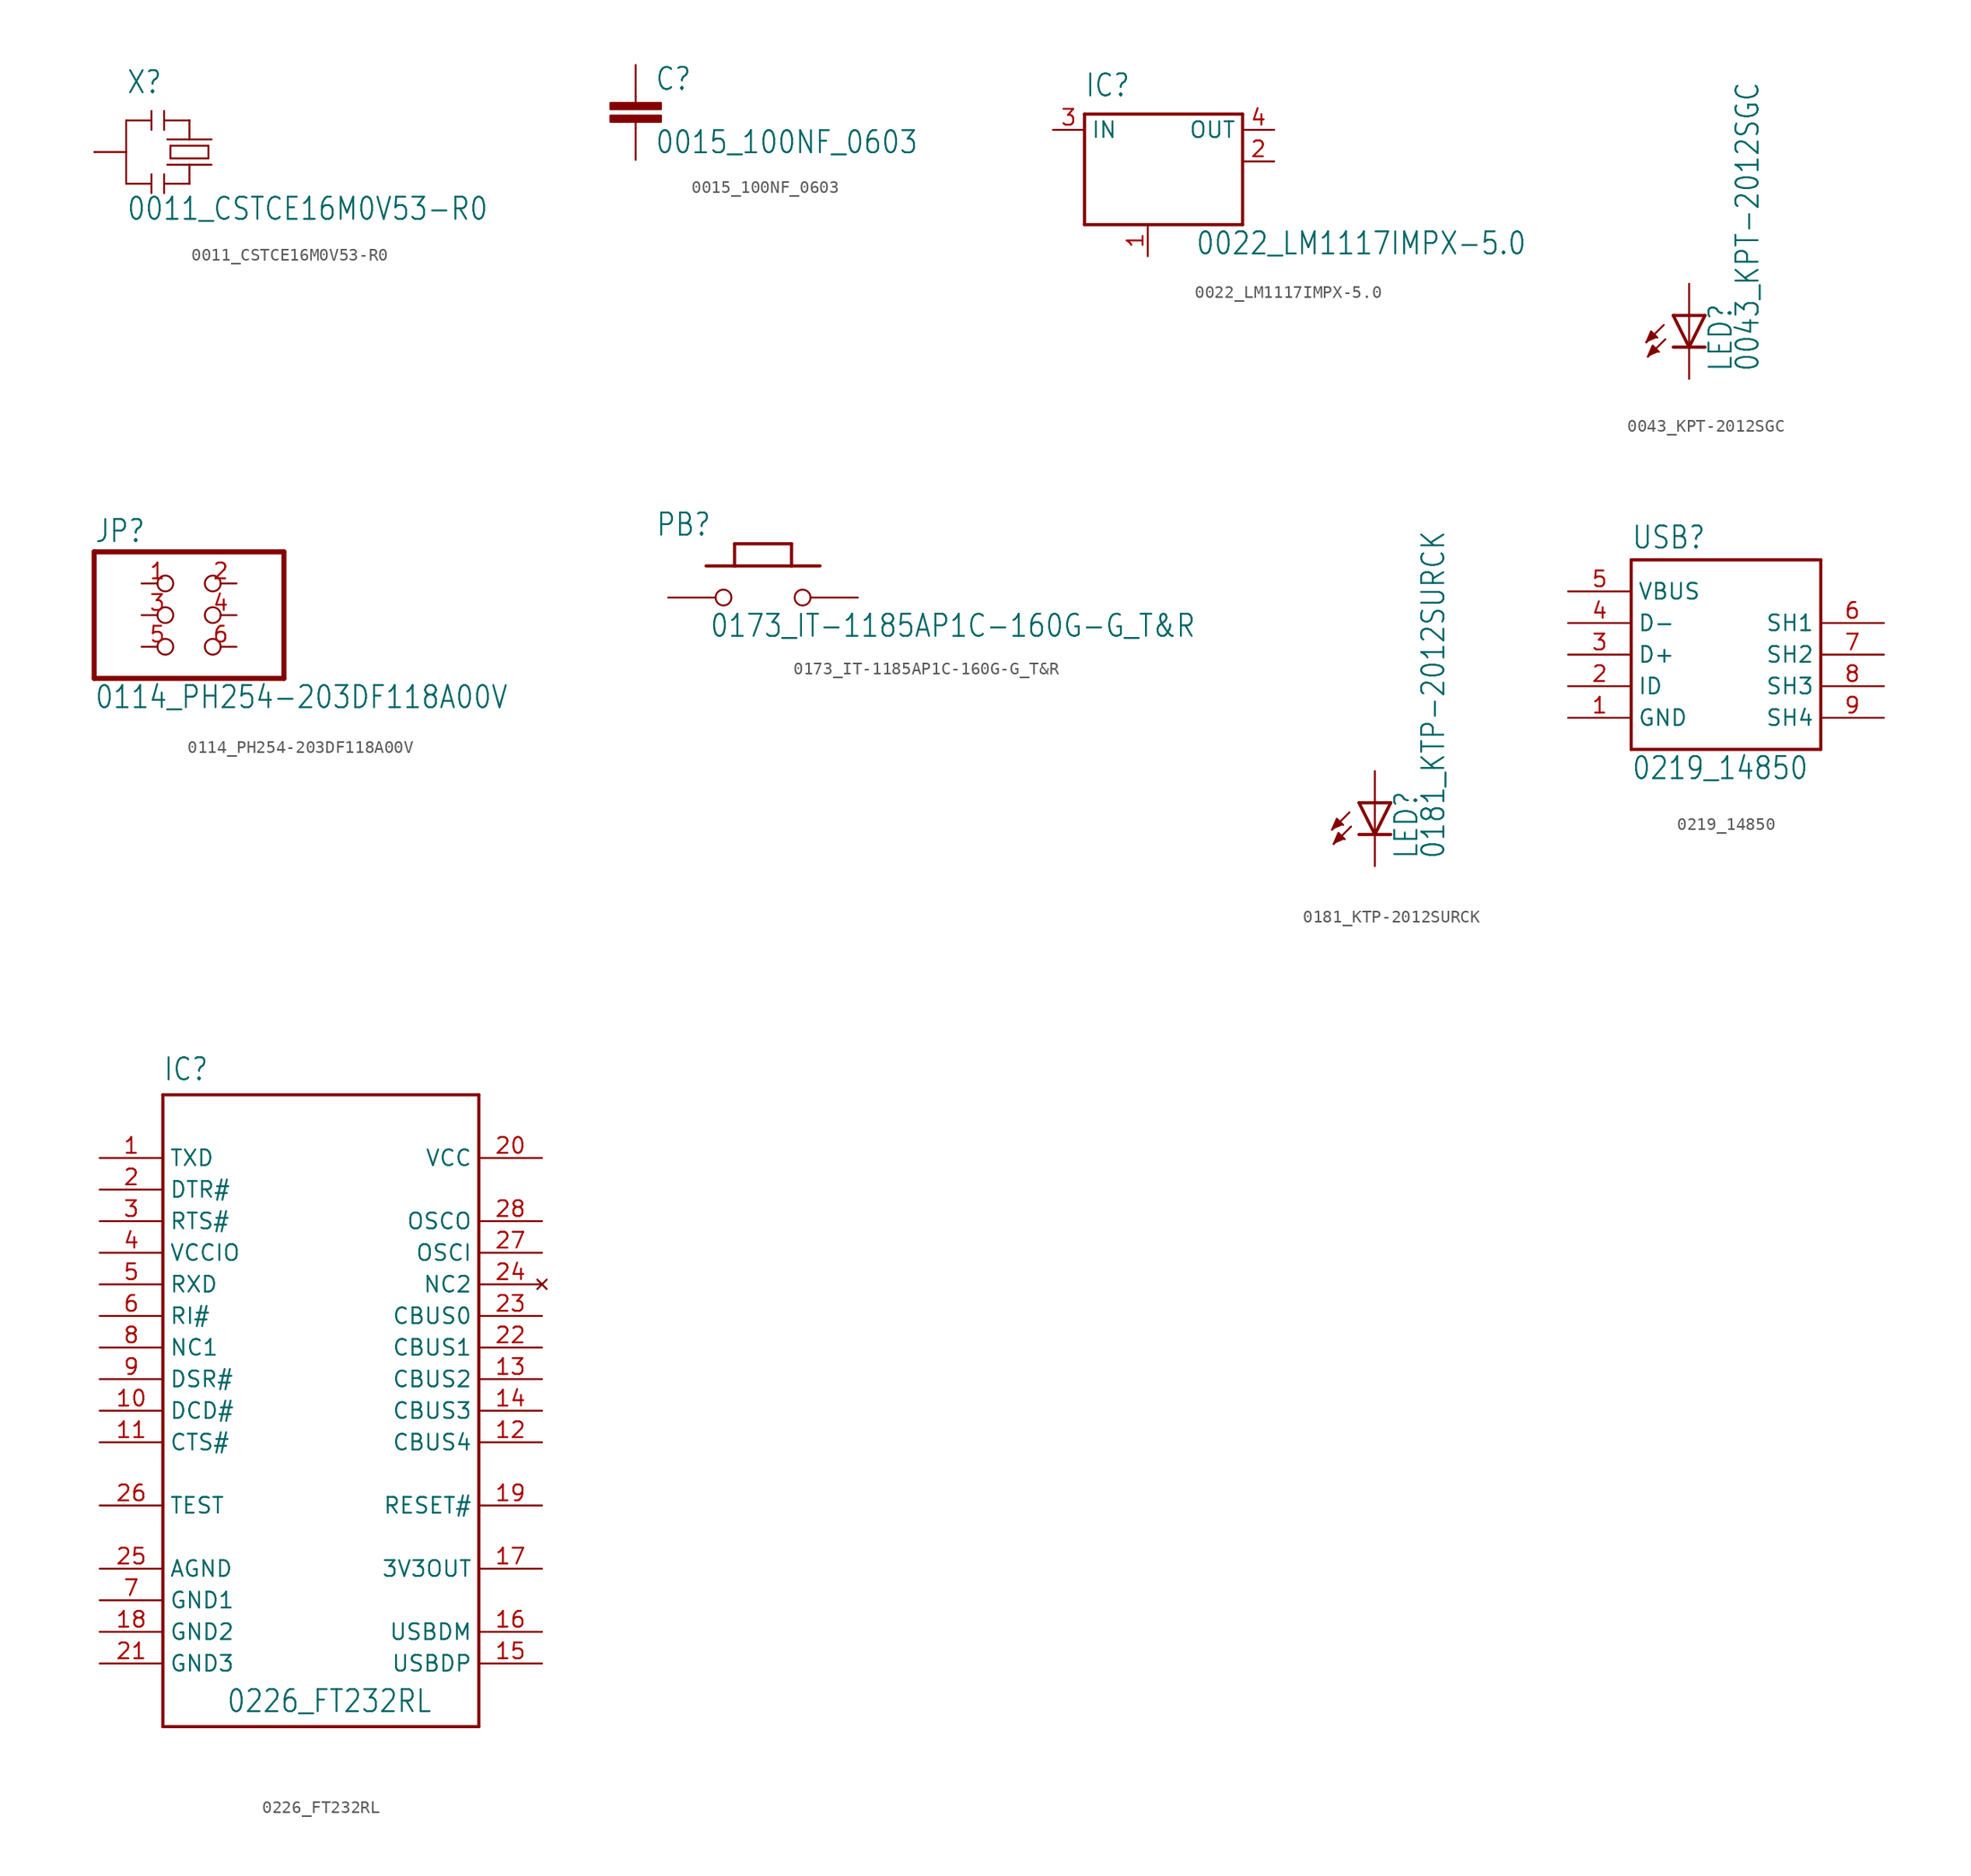
<source format=kicad_sym>
(kicad_symbol_lib
  (version 20211014)
  (generator kicad_symbol_editor)
  (symbol "0011_CSTCE16M0V53-R0"
    (property "Reference" "X"
      (at -5.08 4.572 0)
      (effects (font (size 1.778 1.511)) (justify left bottom)))
    (property "Value" "0011_CSTCE16M0V53-R0"
      (at -5.08 -5.588 0)
      (effects (font (size 1.778 1.511)) (justify left bottom)))
    (property "ki_locked" ""
      (at 0 0 0)
      (effects (font (size 1.27 1.27))))
    (symbol "0011_CSTCE16M0V53-R0_1_0"
      (polyline (pts (xy -5.08 -2.54) (xy -3.048 -2.54)) (stroke (width 0.152) (type default) (color 0 0 0 0)) (fill (type none)))
      (polyline (pts (xy -5.08 0) (xy -7.62 0)) (stroke (width 0.152) (type default) (color 0 0 0 0)) (fill (type none)))
      (polyline (pts (xy -5.08 0) (xy -5.08 -2.54)) (stroke (width 0.152) (type default) (color 0 0 0 0)) (fill (type none)))
      (polyline (pts (xy -5.08 2.54) (xy -5.08 0)) (stroke (width 0.152) (type default) (color 0 0 0 0)) (fill (type none)))
      (polyline (pts (xy -3.048 -2.54) (xy -3.048 -3.302)) (stroke (width 0.152) (type default) (color 0 0 0 0)) (fill (type none)))
      (polyline (pts (xy -3.048 -1.778) (xy -3.048 -2.54)) (stroke (width 0.152) (type default) (color 0 0 0 0)) (fill (type none)))
      (polyline (pts (xy -3.048 2.54) (xy -5.08 2.54)) (stroke (width 0.152) (type default) (color 0 0 0 0)) (fill (type none)))
      (polyline (pts (xy -3.048 2.54) (xy -3.048 1.778)) (stroke (width 0.152) (type default) (color 0 0 0 0)) (fill (type none)))
      (polyline (pts (xy -3.048 3.302) (xy -3.048 2.54)) (stroke (width 0.152) (type default) (color 0 0 0 0)) (fill (type none)))
      (polyline (pts (xy -2.032 -1.778) (xy -2.032 -3.302)) (stroke (width 0.152) (type default) (color 0 0 0 0)) (fill (type none)))
      (polyline (pts (xy -2.032 3.302) (xy -2.032 1.778)) (stroke (width 0.152) (type default) (color 0 0 0 0)) (fill (type none)))
      (polyline (pts (xy -1.778 -1.016) (xy 0 -1.016)) (stroke (width 0.152) (type default) (color 0 0 0 0)) (fill (type none)))
      (polyline (pts (xy -1.778 1.016) (xy 0 1.016)) (stroke (width 0.152) (type default) (color 0 0 0 0)) (fill (type none)))
      (polyline (pts (xy -1.524 -0.508) (xy 1.524 -0.508)) (stroke (width 0.152) (type default) (color 0 0 0 0)) (fill (type none)))
      (polyline (pts (xy -1.524 0.508) (xy -1.524 -0.508)) (stroke (width 0.152) (type default) (color 0 0 0 0)) (fill (type none)))
      (polyline (pts (xy 0 -2.54) (xy -2.032 -2.54)) (stroke (width 0.152) (type default) (color 0 0 0 0)) (fill (type none)))
      (polyline (pts (xy 0 -1.016) (xy 0 -2.54)) (stroke (width 0.152) (type default) (color 0 0 0 0)) (fill (type none)))
      (polyline (pts (xy 0 -1.016) (xy 1.778 -1.016)) (stroke (width 0.152) (type default) (color 0 0 0 0)) (fill (type none)))
      (polyline (pts (xy 0 1.016) (xy 0 2.54)) (stroke (width 0.152) (type default) (color 0 0 0 0)) (fill (type none)))
      (polyline (pts (xy 0 1.016) (xy 1.778 1.016)) (stroke (width 0.152) (type default) (color 0 0 0 0)) (fill (type none)))
      (polyline (pts (xy 0 2.54) (xy -2.032 2.54)) (stroke (width 0.152) (type default) (color 0 0 0 0)) (fill (type none)))
      (polyline (pts (xy 1.524 -0.508) (xy 1.524 0.508)) (stroke (width 0.152) (type default) (color 0 0 0 0)) (fill (type none)))
      (polyline (pts (xy 1.524 0.508) (xy -1.524 0.508)) (stroke (width 0.152) (type default) (color 0 0 0 0)) (fill (type none)))
      (pin passive line (at 0 2.54 180) (length 0) (name "1" (effects (font (size 0 0)))) (number "1" (effects (font (size 0 0)))))
      (pin passive line (at -7.62 0 0) (length 0) (name "2" (effects (font (size 0 0)))) (number "2" (effects (font (size 0 0)))))
      (pin passive line (at 0 -2.54 180) (length 0) (name "3" (effects (font (size 0 0)))) (number "3" (effects (font (size 0 0)))))))
  (symbol "0015_100NF_0603"
    (property "Reference" "C"
      (at 1.524 0.381 0)
      (effects (font (size 1.778 1.511)) (justify left bottom)))
    (property "Value" "0015_100NF_0603"
      (at 1.524 -4.699 0)
      (effects (font (size 1.778 1.511)) (justify left bottom)))
    (property "ki_locked" ""
      (at 0 0 0)
      (effects (font (size 1.27 1.27))))
    (symbol "0015_100NF_0603_1_0"
      (rectangle (start -2.032 -2.032) (end 2.032 -1.524) (stroke (width 0) (type default) (color 0 0 0 0)) (fill (type outline)))
      (rectangle (start -2.032 -1.016) (end 2.032 -0.508) (stroke (width 0) (type default) (color 0 0 0 0)) (fill (type outline)))
      (polyline (pts (xy 0 -2.54) (xy 0 -2.032)) (stroke (width 0.152) (type default) (color 0 0 0 0)) (fill (type none)))
      (polyline (pts (xy 0 0) (xy 0 -0.508)) (stroke (width 0.152) (type default) (color 0 0 0 0)) (fill (type none)))
      (pin passive line (at 0 2.54 270) (length 2.54) (name "1" (effects (font (size 0 0)))) (number "1" (effects (font (size 0 0)))))
      (pin passive line (at 0 -5.08 90) (length 2.54) (name "2" (effects (font (size 0 0)))) (number "2" (effects (font (size 0 0)))))))
  (symbol "0022_LM1117IMPX-5.0"
    (property "Reference" "IC"
      (at -5.08 7.62 0)
      (effects (font (size 1.778 1.511)) (justify left bottom)))
    (property "Value" "0022_LM1117IMPX-5.0"
      (at 3.81 -5.08 0)
      (effects (font (size 1.778 1.511)) (justify left bottom)))
    (property "ki_locked" ""
      (at 0 0 0)
      (effects (font (size 1.27 1.27))))
    (symbol "0022_LM1117IMPX-5.0_1_0"
      (polyline (pts (xy -5.08 -2.54) (xy -5.08 6.35)) (stroke (width 0.254) (type default) (color 0 0 0 0)) (fill (type none)))
      (polyline (pts (xy -5.08 6.35) (xy 7.62 6.35)) (stroke (width 0.254) (type default) (color 0 0 0 0)) (fill (type none)))
      (polyline (pts (xy 7.62 -2.54) (xy -5.08 -2.54)) (stroke (width 0.254) (type default) (color 0 0 0 0)) (fill (type none)))
      (polyline (pts (xy 7.62 6.35) (xy 7.62 -2.54)) (stroke (width 0.254) (type default) (color 0 0 0 0)) (fill (type none)))
      (pin input line (at 0 -5.08 90) (length 2.54) (name "GND/ADJ" (effects (font (size 0 0)))) (number "1" (effects (font (size 1.27 1.27)))))
      (pin passive line (at 10.16 2.54 180) (length 2.54) (name "OUT@1" (effects (font (size 0 0)))) (number "2" (effects (font (size 1.27 1.27)))))
      (pin input line (at -7.62 5.08 0) (length 2.54) (name "IN" (effects (font (size 1.27 1.27)))) (number "3" (effects (font (size 1.27 1.27)))))
      (pin passive line (at 10.16 5.08 180) (length 2.54) (name "OUT" (effects (font (size 1.27 1.27)))) (number "4" (effects (font (size 1.27 1.27)))))))
  (symbol "0043_KPT-2012SGC"
    (property "Reference" "LED"
      (at 3.556 -4.572 90)
      (effects (font (size 1.778 1.511)) (justify left bottom)))
    (property "Value" "0043_KPT-2012SGC"
      (at 5.715 -4.572 90)
      (effects (font (size 1.778 1.511)) (justify left bottom)))
    (property "ki_locked" ""
      (at 0 0 0)
      (effects (font (size 1.27 1.27))))
    (symbol "0043_KPT-2012SGC_1_0"
      (polyline (pts (xy -2.032 -0.762) (xy -3.429 -2.159)) (stroke (width 0.152) (type default) (color 0 0 0 0)) (fill (type none)))
      (polyline (pts (xy -1.905 -1.905) (xy -3.302 -3.302)) (stroke (width 0.152) (type default) (color 0 0 0 0)) (fill (type none)))
      (polyline (pts (xy 0 -2.54) (xy -1.27 -2.54)) (stroke (width 0.254) (type default) (color 0 0 0 0)) (fill (type none)))
      (polyline (pts (xy 0 -2.54) (xy -1.27 0)) (stroke (width 0.254) (type default) (color 0 0 0 0)) (fill (type none)))
      (polyline (pts (xy 0 0) (xy -1.27 0)) (stroke (width 0.254) (type default) (color 0 0 0 0)) (fill (type none)))
      (polyline (pts (xy 0 0) (xy 0 -2.54)) (stroke (width 0.152) (type default) (color 0 0 0 0)) (fill (type none)))
      (polyline (pts (xy 1.27 -2.54) (xy 0 -2.54)) (stroke (width 0.254) (type default) (color 0 0 0 0)) (fill (type none)))
      (polyline (pts (xy 1.27 0) (xy 0 -2.54)) (stroke (width 0.254) (type default) (color 0 0 0 0)) (fill (type none)))
      (polyline (pts (xy 1.27 0) (xy 0 0)) (stroke (width 0.254) (type default) (color 0 0 0 0)) (fill (type none)))
      (polyline (pts (xy -3.429 -2.159) (xy -3.048 -1.27) (xy -2.54 -1.778)) (stroke (width 0) (type default) (color 0 0 0 0)) (fill (type outline)))
      (polyline (pts (xy -3.302 -3.302) (xy -2.921 -2.413) (xy -2.413 -2.921)) (stroke (width 0) (type default) (color 0 0 0 0)) (fill (type outline)))
      (pin passive line (at 0 2.54 270) (length 2.54) (name "A" (effects (font (size 0 0)))) (number "A" (effects (font (size 0 0)))))
      (pin passive line (at 0 -5.08 90) (length 2.54) (name "C" (effects (font (size 0 0)))) (number "C" (effects (font (size 0 0)))))))
  (symbol "0114_PH254-203DF118A00V"
    (property "Reference" "JP"
      (at -6.35 5.715 0)
      (effects (font (size 1.778 1.511)) (justify left bottom)))
    (property "Value" "0114_PH254-203DF118A00V"
      (at -6.35 -7.62 0)
      (effects (font (size 1.778 1.511)) (justify left bottom)))
    (property "ki_locked" ""
      (at 0 0 0)
      (effects (font (size 1.27 1.27))))
    (symbol "0114_PH254-203DF118A00V_1_0"
      (polyline (pts (xy -6.35 -5.08) (xy 8.89 -5.08)) (stroke (width 0.406) (type default) (color 0 0 0 0)) (fill (type none)))
      (polyline (pts (xy -6.35 5.08) (xy -6.35 -5.08)) (stroke (width 0.406) (type default) (color 0 0 0 0)) (fill (type none)))
      (polyline (pts (xy 8.89 -5.08) (xy 8.89 5.08)) (stroke (width 0.406) (type default) (color 0 0 0 0)) (fill (type none)))
      (polyline (pts (xy 8.89 5.08) (xy -6.35 5.08)) (stroke (width 0.406) (type default) (color 0 0 0 0)) (fill (type none)))
      (pin passive inverted (at -2.54 2.54 0) (length 2.54) (name "1" (effects (font (size 0 0)))) (number "1" (effects (font (size 1.27 1.27)))))
      (pin passive inverted (at 5.08 2.54 180) (length 2.54) (name "2" (effects (font (size 0 0)))) (number "2" (effects (font (size 1.27 1.27)))))
      (pin passive inverted (at -2.54 0 0) (length 2.54) (name "3" (effects (font (size 0 0)))) (number "3" (effects (font (size 1.27 1.27)))))
      (pin passive inverted (at 5.08 0 180) (length 2.54) (name "4" (effects (font (size 0 0)))) (number "4" (effects (font (size 1.27 1.27)))))
      (pin passive inverted (at -2.54 -2.54 0) (length 2.54) (name "5" (effects (font (size 0 0)))) (number "5" (effects (font (size 1.27 1.27)))))
      (pin passive inverted (at 5.08 -2.54 180) (length 2.54) (name "6" (effects (font (size 0 0)))) (number "6" (effects (font (size 1.27 1.27)))))))
  (symbol "0173_IT-1185AP1C-160G-G_T&R"
    (property "Reference" "PB"
      (at -8.636 4.826 0)
      (effects (font (size 1.778 1.511)) (justify left bottom)))
    (property "Value" "0173_IT-1185AP1C-160G-G_T&R"
      (at -4.318 -3.302 0)
      (effects (font (size 1.778 1.511)) (justify left bottom)))
    (property "ki_locked" ""
      (at 0 0 0)
      (effects (font (size 1.27 1.27))))
    (symbol "0173_IT-1185AP1C-160G-G_T&R_1_0"
      (polyline (pts (xy -4.572 2.54) (xy -2.286 2.54)) (stroke (width 0.254) (type default) (color 0 0 0 0)) (fill (type none)))
      (polyline (pts (xy -2.286 2.54) (xy -2.286 4.318)) (stroke (width 0.254) (type default) (color 0 0 0 0)) (fill (type none)))
      (polyline (pts (xy -2.286 2.54) (xy 2.286 2.54)) (stroke (width 0.254) (type default) (color 0 0 0 0)) (fill (type none)))
      (polyline (pts (xy -2.286 4.318) (xy 2.286 4.318)) (stroke (width 0.254) (type default) (color 0 0 0 0)) (fill (type none)))
      (polyline (pts (xy 2.286 2.54) (xy 4.572 2.54)) (stroke (width 0.254) (type default) (color 0 0 0 0)) (fill (type none)))
      (polyline (pts (xy 2.286 4.318) (xy 2.286 2.54)) (stroke (width 0.254) (type default) (color 0 0 0 0)) (fill (type none)))
      (pin passive inverted (at -7.62 0 0) (length 5.08) (name "1" (effects (font (size 0 0)))) (number "1" (effects (font (size 0 0)))))
      (pin passive inverted (at 7.62 0 180) (length 5.08) (name "2" (effects (font (size 0 0)))) (number "2" (effects (font (size 0 0)))))))
  (symbol "0181_KTP-2012SURCK"
    (property "Reference" "LED"
      (at 3.556 -4.572 90)
      (effects (font (size 1.778 1.511)) (justify left bottom)))
    (property "Value" "0181_KTP-2012SURCK"
      (at 5.715 -4.572 90)
      (effects (font (size 1.778 1.511)) (justify left bottom)))
    (property "ki_locked" ""
      (at 0 0 0)
      (effects (font (size 1.27 1.27))))
    (symbol "0181_KTP-2012SURCK_1_0"
      (polyline (pts (xy -2.032 -0.762) (xy -3.429 -2.159)) (stroke (width 0.152) (type default) (color 0 0 0 0)) (fill (type none)))
      (polyline (pts (xy -1.905 -1.905) (xy -3.302 -3.302)) (stroke (width 0.152) (type default) (color 0 0 0 0)) (fill (type none)))
      (polyline (pts (xy 0 -2.54) (xy -1.27 -2.54)) (stroke (width 0.254) (type default) (color 0 0 0 0)) (fill (type none)))
      (polyline (pts (xy 0 -2.54) (xy -1.27 0)) (stroke (width 0.254) (type default) (color 0 0 0 0)) (fill (type none)))
      (polyline (pts (xy 0 0) (xy -1.27 0)) (stroke (width 0.254) (type default) (color 0 0 0 0)) (fill (type none)))
      (polyline (pts (xy 0 0) (xy 0 -2.54)) (stroke (width 0.152) (type default) (color 0 0 0 0)) (fill (type none)))
      (polyline (pts (xy 1.27 -2.54) (xy 0 -2.54)) (stroke (width 0.254) (type default) (color 0 0 0 0)) (fill (type none)))
      (polyline (pts (xy 1.27 0) (xy 0 -2.54)) (stroke (width 0.254) (type default) (color 0 0 0 0)) (fill (type none)))
      (polyline (pts (xy 1.27 0) (xy 0 0)) (stroke (width 0.254) (type default) (color 0 0 0 0)) (fill (type none)))
      (polyline (pts (xy -3.429 -2.159) (xy -3.048 -1.27) (xy -2.54 -1.778)) (stroke (width 0) (type default) (color 0 0 0 0)) (fill (type outline)))
      (polyline (pts (xy -3.302 -3.302) (xy -2.921 -2.413) (xy -2.413 -2.921)) (stroke (width 0) (type default) (color 0 0 0 0)) (fill (type outline)))
      (pin passive line (at 0 2.54 270) (length 2.54) (name "A" (effects (font (size 0 0)))) (number "A" (effects (font (size 0 0)))))
      (pin passive line (at 0 -5.08 90) (length 2.54) (name "C" (effects (font (size 0 0)))) (number "C" (effects (font (size 0 0)))))))
  (symbol "0219_14850"
    (property "Reference" "USB"
      (at -7.62 8.382 0)
      (effects (font (size 1.778 1.511)) (justify left bottom)))
    (property "Value" "0219_14850"
      (at -7.62 -10.16 0)
      (effects (font (size 1.778 1.511)) (justify left bottom)))
    (property "ki_locked" ""
      (at 0 0 0)
      (effects (font (size 1.27 1.27))))
    (symbol "0219_14850_1_0"
      (polyline (pts (xy -7.62 -7.62) (xy 7.62 -7.62)) (stroke (width 0.254) (type default) (color 0 0 0 0)) (fill (type none)))
      (polyline (pts (xy -7.62 7.62) (xy -7.62 -7.62)) (stroke (width 0.254) (type default) (color 0 0 0 0)) (fill (type none)))
      (polyline (pts (xy 7.62 -7.62) (xy 7.62 7.62)) (stroke (width 0.254) (type default) (color 0 0 0 0)) (fill (type none)))
      (polyline (pts (xy 7.62 7.62) (xy -7.62 7.62)) (stroke (width 0.254) (type default) (color 0 0 0 0)) (fill (type none)))
      (pin passive line (at -12.7 -5.08 0) (length 5.08) (name "GND" (effects (font (size 1.27 1.27)))) (number "1" (effects (font (size 1.27 1.27)))))
      (pin bidirectional line (at -12.7 -2.54 0) (length 5.08) (name "ID" (effects (font (size 1.27 1.27)))) (number "2" (effects (font (size 1.27 1.27)))))
      (pin bidirectional line (at -12.7 0 0) (length 5.08) (name "D+" (effects (font (size 1.27 1.27)))) (number "3" (effects (font (size 1.27 1.27)))))
      (pin bidirectional line (at -12.7 2.54 0) (length 5.08) (name "D-" (effects (font (size 1.27 1.27)))) (number "4" (effects (font (size 1.27 1.27)))))
      (pin power_in line (at -12.7 5.08 0) (length 5.08) (name "VBUS" (effects (font (size 1.27 1.27)))) (number "5" (effects (font (size 1.27 1.27)))))
      (pin passive line (at 12.7 2.54 180) (length 5.08) (name "SH1" (effects (font (size 1.27 1.27)))) (number "6" (effects (font (size 1.27 1.27)))))
      (pin passive line (at 12.7 0 180) (length 5.08) (name "SH2" (effects (font (size 1.27 1.27)))) (number "7" (effects (font (size 1.27 1.27)))))
      (pin passive line (at 12.7 -2.54 180) (length 5.08) (name "SH3" (effects (font (size 1.27 1.27)))) (number "8" (effects (font (size 1.27 1.27)))))
      (pin passive line (at 12.7 -5.08 180) (length 5.08) (name "SH4" (effects (font (size 1.27 1.27)))) (number "9" (effects (font (size 1.27 1.27)))))))
  (symbol "0226_FT232RL"
    (property "Reference" "IC"
      (at -12.7 26.416 0)
      (effects (font (size 1.778 1.511)) (justify left bottom)))
    (property "Value" "0226_FT232RL"
      (at -7.62 -24.384 0)
      (effects (font (size 1.778 1.511)) (justify left bottom)))
    (property "ki_locked" ""
      (at 0 0 0)
      (effects (font (size 1.27 1.27))))
    (symbol "0226_FT232RL_1_0"
      (polyline (pts (xy -12.7 -25.4) (xy 12.7 -25.4)) (stroke (width 0.254) (type default) (color 0 0 0 0)) (fill (type none)))
      (polyline (pts (xy -12.7 25.4) (xy -12.7 -25.4)) (stroke (width 0.254) (type default) (color 0 0 0 0)) (fill (type none)))
      (polyline (pts (xy 12.7 -25.4) (xy 12.7 25.4)) (stroke (width 0.254) (type default) (color 0 0 0 0)) (fill (type none)))
      (polyline (pts (xy 12.7 25.4) (xy -12.7 25.4)) (stroke (width 0.254) (type default) (color 0 0 0 0)) (fill (type none)))
      (pin output line (at -17.78 20.32 0) (length 5.08) (name "TXD" (effects (font (size 1.27 1.27)))) (number "1" (effects (font (size 1.27 1.27)))))
      (pin bidirectional line (at -17.78 0 0) (length 5.08) (name "DCD#" (effects (font (size 1.27 1.27)))) (number "10" (effects (font (size 1.27 1.27)))))
      (pin bidirectional line (at -17.78 -2.54 0) (length 5.08) (name "CTS#" (effects (font (size 1.27 1.27)))) (number "11" (effects (font (size 1.27 1.27)))))
      (pin bidirectional line (at 17.78 -2.54 180) (length 5.08) (name "CBUS4" (effects (font (size 1.27 1.27)))) (number "12" (effects (font (size 1.27 1.27)))))
      (pin bidirectional line (at 17.78 2.54 180) (length 5.08) (name "CBUS2" (effects (font (size 1.27 1.27)))) (number "13" (effects (font (size 1.27 1.27)))))
      (pin bidirectional line (at 17.78 0 180) (length 5.08) (name "CBUS3" (effects (font (size 1.27 1.27)))) (number "14" (effects (font (size 1.27 1.27)))))
      (pin bidirectional line (at 17.78 -20.32 180) (length 5.08) (name "USBDP" (effects (font (size 1.27 1.27)))) (number "15" (effects (font (size 1.27 1.27)))))
      (pin bidirectional line (at 17.78 -17.78 180) (length 5.08) (name "USBDM" (effects (font (size 1.27 1.27)))) (number "16" (effects (font (size 1.27 1.27)))))
      (pin power_in line (at 17.78 -12.7 180) (length 5.08) (name "3V3OUT" (effects (font (size 1.27 1.27)))) (number "17" (effects (font (size 1.27 1.27)))))
      (pin power_in line (at -17.78 -17.78 0) (length 5.08) (name "GND2" (effects (font (size 1.27 1.27)))) (number "18" (effects (font (size 1.27 1.27)))))
      (pin bidirectional line (at 17.78 -7.62 180) (length 5.08) (name "RESET#" (effects (font (size 1.27 1.27)))) (number "19" (effects (font (size 1.27 1.27)))))
      (pin output line (at -17.78 17.78 0) (length 5.08) (name "DTR#" (effects (font (size 1.27 1.27)))) (number "2" (effects (font (size 1.27 1.27)))))
      (pin power_in line (at 17.78 20.32 180) (length 5.08) (name "VCC" (effects (font (size 1.27 1.27)))) (number "20" (effects (font (size 1.27 1.27)))))
      (pin power_in line (at -17.78 -20.32 0) (length 5.08) (name "GND3" (effects (font (size 1.27 1.27)))) (number "21" (effects (font (size 1.27 1.27)))))
      (pin bidirectional line (at 17.78 5.08 180) (length 5.08) (name "CBUS1" (effects (font (size 1.27 1.27)))) (number "22" (effects (font (size 1.27 1.27)))))
      (pin bidirectional line (at 17.78 7.62 180) (length 5.08) (name "CBUS0" (effects (font (size 1.27 1.27)))) (number "23" (effects (font (size 1.27 1.27)))))
      (pin no_connect line (at 17.78 10.16 180) (length 5.08) (name "NC2" (effects (font (size 1.27 1.27)))) (number "24" (effects (font (size 1.27 1.27)))))
      (pin power_in line (at -17.78 -12.7 0) (length 5.08) (name "AGND" (effects (font (size 1.27 1.27)))) (number "25" (effects (font (size 1.27 1.27)))))
      (pin bidirectional line (at -17.78 -7.62 0) (length 5.08) (name "TEST" (effects (font (size 1.27 1.27)))) (number "26" (effects (font (size 1.27 1.27)))))
      (pin bidirectional line (at 17.78 12.7 180) (length 5.08) (name "OSCI" (effects (font (size 1.27 1.27)))) (number "27" (effects (font (size 1.27 1.27)))))
      (pin output line (at 17.78 15.24 180) (length 5.08) (name "OSCO" (effects (font (size 1.27 1.27)))) (number "28" (effects (font (size 1.27 1.27)))))
      (pin output line (at -17.78 15.24 0) (length 5.08) (name "RTS#" (effects (font (size 1.27 1.27)))) (number "3" (effects (font (size 1.27 1.27)))))
      (pin power_in line (at -17.78 12.7 0) (length 5.08) (name "VCCIO" (effects (font (size 1.27 1.27)))) (number "4" (effects (font (size 1.27 1.27)))))
      (pin input line (at -17.78 10.16 0) (length 5.08) (name "RXD" (effects (font (size 1.27 1.27)))) (number "5" (effects (font (size 1.27 1.27)))))
      (pin bidirectional line (at -17.78 7.62 0) (length 5.08) (name "RI#" (effects (font (size 1.27 1.27)))) (number "6" (effects (font (size 1.27 1.27)))))
      (pin power_in line (at -17.78 -15.24 0) (length 5.08) (name "GND1" (effects (font (size 1.27 1.27)))) (number "7" (effects (font (size 1.27 1.27)))))
      (pin bidirectional line (at -17.78 5.08 0) (length 5.08) (name "NC1" (effects (font (size 1.27 1.27)))) (number "8" (effects (font (size 1.27 1.27)))))
      (pin bidirectional line (at -17.78 2.54 0) (length 5.08) (name "DSR#" (effects (font (size 1.27 1.27)))) (number "9" (effects (font (size 1.27 1.27))))))))
</source>
